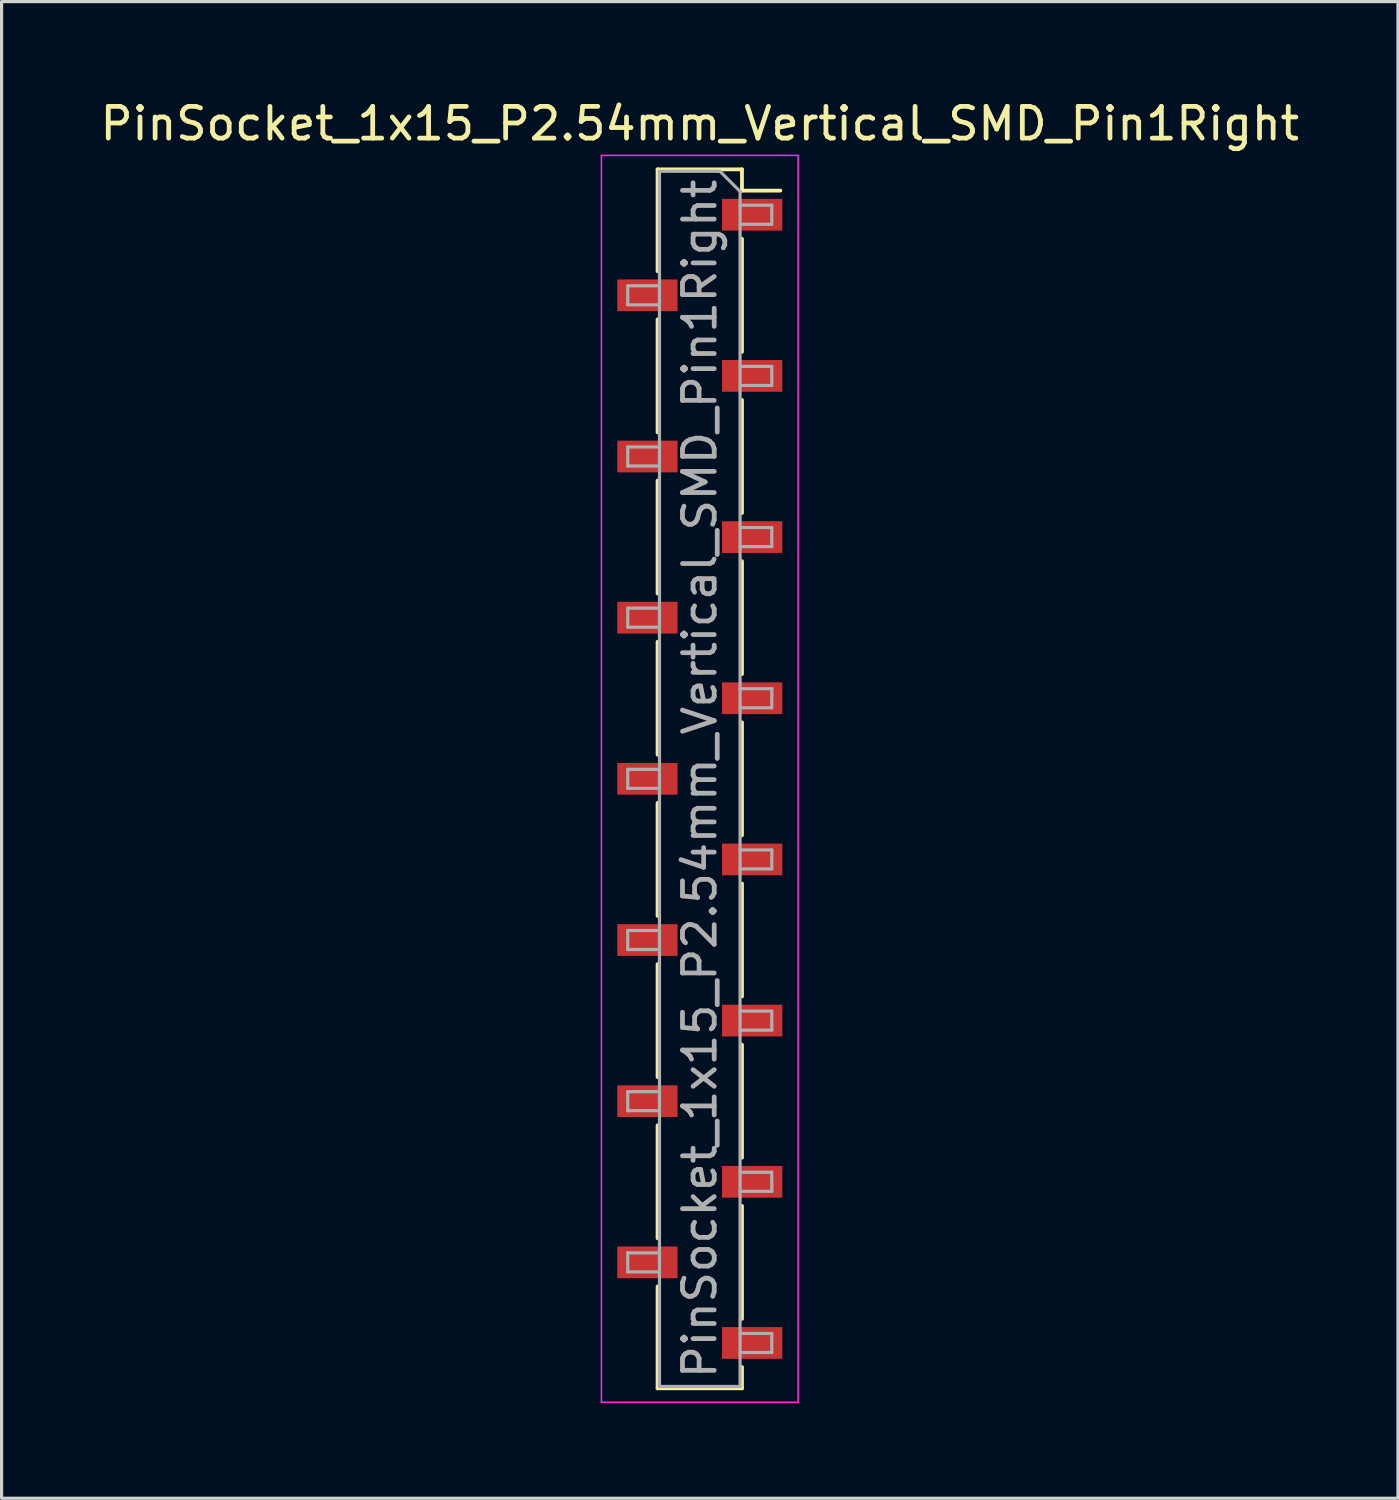
<source format=kicad_pcb>
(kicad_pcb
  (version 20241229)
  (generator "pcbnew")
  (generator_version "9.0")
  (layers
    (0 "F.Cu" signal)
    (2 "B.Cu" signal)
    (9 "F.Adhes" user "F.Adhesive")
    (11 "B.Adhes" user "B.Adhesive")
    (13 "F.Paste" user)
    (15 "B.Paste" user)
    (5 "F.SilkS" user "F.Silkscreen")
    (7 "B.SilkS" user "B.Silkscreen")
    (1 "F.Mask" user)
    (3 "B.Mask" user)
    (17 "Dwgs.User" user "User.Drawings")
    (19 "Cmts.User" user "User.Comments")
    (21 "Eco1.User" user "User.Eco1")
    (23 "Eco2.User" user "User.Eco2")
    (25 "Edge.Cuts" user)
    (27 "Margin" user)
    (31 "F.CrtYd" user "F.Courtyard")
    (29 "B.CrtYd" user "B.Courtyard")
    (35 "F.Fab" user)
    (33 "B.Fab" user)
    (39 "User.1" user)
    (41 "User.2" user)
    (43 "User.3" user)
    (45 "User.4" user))
  (footprint "PinSocket_1x15_P2.54mm_Vertical_SMD_Pin1Right"
    (layer "F.Cu")
    (at 19.006 21.498)
    (property "Reference" "PinSocket_1x15_P2.54mm_Vertical_SMD_Pin1Right" (at 0 -20.65 0) (layer "F.SilkS") (effects (font (size 1 1) (thickness 0.15))))
    (attr smd)
    (fp_line (start -1.33 -19.21) (end -1.33 -16) (stroke (width 0.12) (type solid)) (layer "F.SilkS"))
    (fp_line (start -1.33 -19.21) (end 1.33 -19.21) (stroke (width 0.12) (type solid)) (layer "F.SilkS"))
    (fp_line (start -1.33 -14.48) (end -1.33 -10.92) (stroke (width 0.12) (type solid)) (layer "F.SilkS"))
    (fp_line (start -1.33 -9.4) (end -1.33 -5.84) (stroke (width 0.12) (type solid)) (layer "F.SilkS"))
    (fp_line (start -1.33 -4.32) (end -1.33 -0.76) (stroke (width 0.12) (type solid)) (layer "F.SilkS"))
    (fp_line (start -1.33 0.76) (end -1.33 4.32) (stroke (width 0.12) (type solid)) (layer "F.SilkS"))
    (fp_line (start -1.33 5.84) (end -1.33 9.4) (stroke (width 0.12) (type solid)) (layer "F.SilkS"))
    (fp_line (start -1.33 10.92) (end -1.33 14.48) (stroke (width 0.12) (type solid)) (layer "F.SilkS"))
    (fp_line (start -1.33 16) (end -1.33 19.21) (stroke (width 0.12) (type solid)) (layer "F.SilkS"))
    (fp_line (start -1.33 19.21) (end 1.33 19.21) (stroke (width 0.12) (type solid)) (layer "F.SilkS"))
    (fp_line (start 1.33 -19.21) (end 1.33 -18.54) (stroke (width 0.12) (type solid)) (layer "F.SilkS"))
    (fp_line (start 1.33 -18.54) (end 2.54 -18.54) (stroke (width 0.12) (type solid)) (layer "F.SilkS"))
    (fp_line (start 1.33 -17.02) (end 1.33 -13.46) (stroke (width 0.12) (type solid)) (layer "F.SilkS"))
    (fp_line (start 1.33 -11.94) (end 1.33 -8.38) (stroke (width 0.12) (type solid)) (layer "F.SilkS"))
    (fp_line (start 1.33 -6.86) (end 1.33 -3.3) (stroke (width 0.12) (type solid)) (layer "F.SilkS"))
    (fp_line (start 1.33 -1.78) (end 1.33 1.78) (stroke (width 0.12) (type solid)) (layer "F.SilkS"))
    (fp_line (start 1.33 3.3) (end 1.33 6.86) (stroke (width 0.12) (type solid)) (layer "F.SilkS"))
    (fp_line (start 1.33 8.38) (end 1.33 11.94) (stroke (width 0.12) (type solid)) (layer "F.SilkS"))
    (fp_line (start 1.33 13.46) (end 1.33 17.02) (stroke (width 0.12) (type solid)) (layer "F.SilkS"))
    (fp_line (start 1.33 18.54) (end 1.33 19.21) (stroke (width 0.12) (type solid)) (layer "F.SilkS"))
    (fp_line (start -3.1 -19.65) (end 3.1 -19.65) (stroke (width 0.05) (type solid)) (layer "F.CrtYd"))
    (fp_line (start -3.1 19.65) (end -3.1 -19.65) (stroke (width 0.05) (type solid)) (layer "F.CrtYd"))
    (fp_line (start 3.1 -19.65) (end 3.1 19.65) (stroke (width 0.05) (type solid)) (layer "F.CrtYd"))
    (fp_line (start 3.1 19.65) (end -3.1 19.65) (stroke (width 0.05) (type solid)) (layer "F.CrtYd"))
    (fp_line (start -2.27 -15.54) (end -1.27 -15.54) (stroke (width 0.1) (type solid)) (layer "F.Fab"))
    (fp_line (start -2.27 -14.94) (end -2.27 -15.54) (stroke (width 0.1) (type solid)) (layer "F.Fab"))
    (fp_line (start -2.27 -10.46) (end -1.27 -10.46) (stroke (width 0.1) (type solid)) (layer "F.Fab"))
    (fp_line (start -2.27 -9.86) (end -2.27 -10.46) (stroke (width 0.1) (type solid)) (layer "F.Fab"))
    (fp_line (start -2.27 -5.38) (end -1.27 -5.38) (stroke (width 0.1) (type solid)) (layer "F.Fab"))
    (fp_line (start -2.27 -4.78) (end -2.27 -5.38) (stroke (width 0.1) (type solid)) (layer "F.Fab"))
    (fp_line (start -2.27 -0.3) (end -1.27 -0.3) (stroke (width 0.1) (type solid)) (layer "F.Fab"))
    (fp_line (start -2.27 0.3) (end -2.27 -0.3) (stroke (width 0.1) (type solid)) (layer "F.Fab"))
    (fp_line (start -2.27 4.78) (end -1.27 4.78) (stroke (width 0.1) (type solid)) (layer "F.Fab"))
    (fp_line (start -2.27 5.38) (end -2.27 4.78) (stroke (width 0.1) (type solid)) (layer "F.Fab"))
    (fp_line (start -2.27 9.86) (end -1.27 9.86) (stroke (width 0.1) (type solid)) (layer "F.Fab"))
    (fp_line (start -2.27 10.46) (end -2.27 9.86) (stroke (width 0.1) (type solid)) (layer "F.Fab"))
    (fp_line (start -2.27 14.94) (end -1.27 14.94) (stroke (width 0.1) (type solid)) (layer "F.Fab"))
    (fp_line (start -2.27 15.54) (end -2.27 14.94) (stroke (width 0.1) (type solid)) (layer "F.Fab"))
    (fp_line (start -1.27 -19.15) (end 0.635 -19.15) (stroke (width 0.1) (type solid)) (layer "F.Fab"))
    (fp_line (start -1.27 -14.94) (end -2.27 -14.94) (stroke (width 0.1) (type solid)) (layer "F.Fab"))
    (fp_line (start -1.27 -9.86) (end -2.27 -9.86) (stroke (width 0.1) (type solid)) (layer "F.Fab"))
    (fp_line (start -1.27 -4.78) (end -2.27 -4.78) (stroke (width 0.1) (type solid)) (layer "F.Fab"))
    (fp_line (start -1.27 0.3) (end -2.27 0.3) (stroke (width 0.1) (type solid)) (layer "F.Fab"))
    (fp_line (start -1.27 5.38) (end -2.27 5.38) (stroke (width 0.1) (type solid)) (layer "F.Fab"))
    (fp_line (start -1.27 10.46) (end -2.27 10.46) (stroke (width 0.1) (type solid)) (layer "F.Fab"))
    (fp_line (start -1.27 15.54) (end -2.27 15.54) (stroke (width 0.1) (type solid)) (layer "F.Fab"))
    (fp_line (start -1.27 19.15) (end -1.27 -19.15) (stroke (width 0.1) (type solid)) (layer "F.Fab"))
    (fp_line (start 0.635 -19.15) (end 1.27 -18.515) (stroke (width 0.1) (type solid)) (layer "F.Fab"))
    (fp_line (start 1.27 -18.515) (end 1.27 19.15) (stroke (width 0.1) (type solid)) (layer "F.Fab"))
    (fp_line (start 1.27 -18.08) (end 2.27 -18.08) (stroke (width 0.1) (type solid)) (layer "F.Fab"))
    (fp_line (start 1.27 -13) (end 2.27 -13) (stroke (width 0.1) (type solid)) (layer "F.Fab"))
    (fp_line (start 1.27 -7.92) (end 2.27 -7.92) (stroke (width 0.1) (type solid)) (layer "F.Fab"))
    (fp_line (start 1.27 -2.84) (end 2.27 -2.84) (stroke (width 0.1) (type solid)) (layer "F.Fab"))
    (fp_line (start 1.27 2.24) (end 2.27 2.24) (stroke (width 0.1) (type solid)) (layer "F.Fab"))
    (fp_line (start 1.27 7.32) (end 2.27 7.32) (stroke (width 0.1) (type solid)) (layer "F.Fab"))
    (fp_line (start 1.27 12.4) (end 2.27 12.4) (stroke (width 0.1) (type solid)) (layer "F.Fab"))
    (fp_line (start 1.27 17.48) (end 2.27 17.48) (stroke (width 0.1) (type solid)) (layer "F.Fab"))
    (fp_line (start 1.27 19.15) (end -1.27 19.15) (stroke (width 0.1) (type solid)) (layer "F.Fab"))
    (fp_line (start 2.27 -18.08) (end 2.27 -17.48) (stroke (width 0.1) (type solid)) (layer "F.Fab"))
    (fp_line (start 2.27 -17.48) (end 1.27 -17.48) (stroke (width 0.1) (type solid)) (layer "F.Fab"))
    (fp_line (start 2.27 -13) (end 2.27 -12.4) (stroke (width 0.1) (type solid)) (layer "F.Fab"))
    (fp_line (start 2.27 -12.4) (end 1.27 -12.4) (stroke (width 0.1) (type solid)) (layer "F.Fab"))
    (fp_line (start 2.27 -7.92) (end 2.27 -7.32) (stroke (width 0.1) (type solid)) (layer "F.Fab"))
    (fp_line (start 2.27 -7.32) (end 1.27 -7.32) (stroke (width 0.1) (type solid)) (layer "F.Fab"))
    (fp_line (start 2.27 -2.84) (end 2.27 -2.24) (stroke (width 0.1) (type solid)) (layer "F.Fab"))
    (fp_line (start 2.27 -2.24) (end 1.27 -2.24) (stroke (width 0.1) (type solid)) (layer "F.Fab"))
    (fp_line (start 2.27 2.24) (end 2.27 2.84) (stroke (width 0.1) (type solid)) (layer "F.Fab"))
    (fp_line (start 2.27 2.84) (end 1.27 2.84) (stroke (width 0.1) (type solid)) (layer "F.Fab"))
    (fp_line (start 2.27 7.32) (end 2.27 7.92) (stroke (width 0.1) (type solid)) (layer "F.Fab"))
    (fp_line (start 2.27 7.92) (end 1.27 7.92) (stroke (width 0.1) (type solid)) (layer "F.Fab"))
    (fp_line (start 2.27 12.4) (end 2.27 13) (stroke (width 0.1) (type solid)) (layer "F.Fab"))
    (fp_line (start 2.27 13) (end 1.27 13) (stroke (width 0.1) (type solid)) (layer "F.Fab"))
    (fp_line (start 2.27 17.48) (end 2.27 18.08) (stroke (width 0.1) (type solid)) (layer "F.Fab"))
    (fp_line (start 2.27 18.08) (end 1.27 18.08) (stroke (width 0.1) (type solid)) (layer "F.Fab"))
    (fp_text user "${REFERENCE}" (at 0 0 90) (layer "F.Fab") (effects (font (size 1 1) (thickness 0.15))))
    (pad "1" smd rect (at 1.65 -17.78) (size 1.9 1) (layers "F.Cu" "F.Mask" "F.Paste"))
    (pad "2" smd rect (at -1.65 -15.24) (size 1.9 1) (layers "F.Cu" "F.Mask" "F.Paste"))
    (pad "3" smd rect (at 1.65 -12.7) (size 1.9 1) (layers "F.Cu" "F.Mask" "F.Paste"))
    (pad "4" smd rect (at -1.65 -10.16) (size 1.9 1) (layers "F.Cu" "F.Mask" "F.Paste"))
    (pad "5" smd rect (at 1.65 -7.62) (size 1.9 1) (layers "F.Cu" "F.Mask" "F.Paste"))
    (pad "6" smd rect (at -1.65 -5.08) (size 1.9 1) (layers "F.Cu" "F.Mask" "F.Paste"))
    (pad "7" smd rect (at 1.65 -2.54) (size 1.9 1) (layers "F.Cu" "F.Mask" "F.Paste"))
    (pad "8" smd rect (at -1.65 0) (size 1.9 1) (layers "F.Cu" "F.Mask" "F.Paste"))
    (pad "9" smd rect (at 1.65 2.54) (size 1.9 1) (layers "F.Cu" "F.Mask" "F.Paste"))
    (pad "10" smd rect (at -1.65 5.08) (size 1.9 1) (layers "F.Cu" "F.Mask" "F.Paste"))
    (pad "11" smd rect (at 1.65 7.62) (size 1.9 1) (layers "F.Cu" "F.Mask" "F.Paste"))
    (pad "12" smd rect (at -1.65 10.16) (size 1.9 1) (layers "F.Cu" "F.Mask" "F.Paste"))
    (pad "13" smd rect (at 1.65 12.7) (size 1.9 1) (layers "F.Cu" "F.Mask" "F.Paste"))
    (pad "14" smd rect (at -1.65 15.24) (size 1.9 1) (layers "F.Cu" "F.Mask" "F.Paste"))
    (pad "15" smd rect (at 1.65 17.78) (size 1.9 1) (layers "F.Cu" "F.Mask" "F.Paste")))
  (gr_rect
    (start -3 -3)
    (end 41.012 44.173)
    (stroke (width 0.1) (type default))
    (fill no)
    (layer "Edge.Cuts")))
</source>
